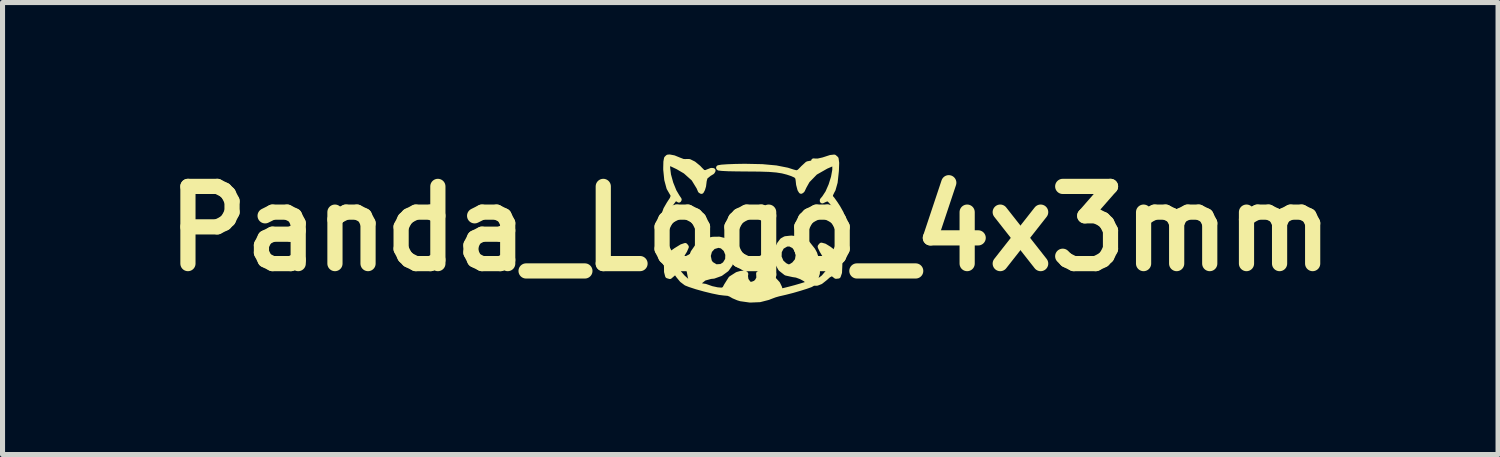
<source format=kicad_pcb>
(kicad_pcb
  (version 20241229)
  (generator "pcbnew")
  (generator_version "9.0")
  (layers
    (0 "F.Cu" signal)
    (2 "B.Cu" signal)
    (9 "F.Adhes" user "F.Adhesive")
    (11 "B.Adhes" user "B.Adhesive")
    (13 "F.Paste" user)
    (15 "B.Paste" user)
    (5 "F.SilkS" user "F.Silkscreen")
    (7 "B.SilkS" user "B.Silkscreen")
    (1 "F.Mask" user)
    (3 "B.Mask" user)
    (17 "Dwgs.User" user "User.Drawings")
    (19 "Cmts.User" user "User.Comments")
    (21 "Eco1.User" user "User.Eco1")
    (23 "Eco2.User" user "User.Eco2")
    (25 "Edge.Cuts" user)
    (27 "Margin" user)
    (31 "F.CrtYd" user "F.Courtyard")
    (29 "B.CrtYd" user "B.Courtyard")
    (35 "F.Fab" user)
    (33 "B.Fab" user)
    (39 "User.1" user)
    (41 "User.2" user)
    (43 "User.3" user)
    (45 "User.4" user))
  (footprint "Panda_Logo_4x3mm"
    (layer "F.Cu")
    (at 11.764 1.465)
    (property "Reference" "Panda_Logo_4x3mm" (at 0 0 0) (layer "F.SilkS") (effects (font (size 1.524 1.524) (thickness 0.3))))
    (attr through_hole)
    (fp_poly (pts (xy 1.882 0.218) (xy 1.881 0.317) (xy 1.868 0.381) (xy 1.839 0.428) (xy 1.831 0.437) (xy 1.789 0.509) (xy 1.77 0.617) (xy 1.767 0.727) (xy 1.761 0.865) (xy 1.737 0.935) (xy 1.692 0.94) (xy 1.642 0.901) (xy 1.601 0.888) (xy 1.54 0.922) (xy 1.48 0.976) (xy 1.389 1.048) (xy 1.315 1.077) (xy 1.299 1.076) (xy 1.241 1.076) (xy 1.226 1.088) (xy 1.19 1.108) (xy 1.1 1.14) (xy 0.976 1.179) (xy 0.835 1.22) (xy 0.694 1.256) (xy 0.573 1.284) (xy 0.562 1.286) (xy 0.482 1.309) (xy 0.376 1.349) (xy 0.355 1.358) (xy 0.188 1.401) (xy -0.005 1.409) (xy -0.19 1.383) (xy -0.242 1.367) (xy -0.329 1.33) (xy -0.383 1.299) (xy -0.384 1.297) (xy -0.437 1.277) (xy -0.517 1.27) (xy -0.608 1.259) (xy -0.745 1.231) (xy -0.904 1.192) (xy -1.062 1.148) (xy -1.196 1.104) (xy -1.267 1.076) (xy -1.349 1.014) (xy -1.416 0.933) (xy -1.462 0.869) (xy -1.495 0.861) (xy -1.523 0.888) (xy -1.588 0.944) (xy -1.632 0.931) (xy -1.653 0.851) (xy -1.654 0.756) (xy -1.671 0.547) (xy -1.712 0.431) (xy -1.764 0.251) (xy -1.772 0.04) (xy -1.739 -0.179) (xy -1.667 -0.382) (xy -1.606 -0.488) (xy -1.542 -0.586) (xy -1.521 -0.647) (xy -1.536 -0.689) (xy -1.541 -0.694) (xy -1.605 -0.805) (xy -1.649 -0.968) (xy -1.669 -1.166) (xy -1.669 -1.203) (xy -1.666 -1.322) (xy -1.654 -1.386) (xy -1.627 -1.412) (xy -1.595 -1.415) (xy -1.51 -1.399) (xy -1.412 -1.359) (xy -1.329 -1.327) (xy -1.272 -1.323) (xy -1.27 -1.325) (xy -1.207 -1.326) (xy -1.118 -1.282) (xy -1.025 -1.206) (xy -0.993 -1.172) (xy -0.933 -1.112) (xy -0.88 -1.105) (xy -0.836 -1.124) (xy -0.769 -1.15) (xy -0.736 -1.147) (xy -0.75 -1.121) (xy -0.812 -1.084) (xy -0.891 -1.019) (xy -0.91 -0.947) (xy -0.923 -0.843) (xy -0.942 -0.78) (xy -0.965 -0.737) (xy -0.986 -0.75) (xy -1.014 -0.816) (xy -1.117 -0.984) (xy -1.13 -0.996) (xy -1.13 -1.208) (xy -1.161 -1.252) (xy -1.217 -1.298) (xy -1.245 -1.306) (xy -1.251 -1.289) (xy -1.213 -1.253) (xy -1.145 -1.206) (xy -1.13 -1.208) (xy -1.13 -0.996) (xy -1.281 -1.131) (xy -1.431 -1.219) (xy -1.532 -1.267) (xy -1.602 -1.299) (xy -1.622 -1.306) (xy -1.63 -1.275) (xy -1.633 -1.204) (xy -1.615 -1.061) (xy -1.569 -0.894) (xy -1.505 -0.736) (xy -1.443 -0.631) (xy -1.405 -0.575) (xy -1.41 -0.565) (xy -1.423 -0.574) (xy -1.464 -0.596) (xy -1.503 -0.577) (xy -1.555 -0.508) (xy -1.577 -0.473) (xy -1.666 -0.287) (xy -1.72 -0.076) (xy -1.737 0.136) (xy -1.713 0.326) (xy -1.683 0.412) (xy -1.623 0.536) (xy -1.469 0.427) (xy -1.354 0.356) (xy -1.285 0.333) (xy -1.264 0.36) (xy -1.296 0.434) (xy -1.32 0.472) (xy -1.383 0.585) (xy -1.425 0.702) (xy -1.429 0.72) (xy -1.435 0.804) (xy -1.409 0.873) (xy -1.338 0.955) (xy -1.328 0.965) (xy -1.229 1.054) (xy -1.171 1.085) (xy -1.153 1.057) (xy -1.178 0.971) (xy -1.183 0.958) (xy -1.212 0.807) (xy -1.191 0.636) (xy -1.129 0.47) (xy -1.034 0.334) (xy -0.973 0.283) (xy -0.865 0.236) (xy -0.737 0.21) (xy -0.613 0.208) (xy -0.52 0.231) (xy -0.495 0.25) (xy -0.429 0.36) (xy -0.389 0.5) (xy -0.382 0.635) (xy -0.395 0.698) (xy -0.443 0.767) (xy -0.443 0.508) (xy -0.482 0.411) (xy -0.556 0.344) (xy -0.629 0.327) (xy -0.732 0.357) (xy -0.803 0.434) (xy -0.831 0.537) (xy -0.809 0.645) (xy -0.775 0.696) (xy -0.679 0.754) (xy -0.573 0.747) (xy -0.502 0.702) (xy -0.447 0.612) (xy -0.443 0.508) (xy -0.443 0.767) (xy -0.468 0.802) (xy -0.586 0.888) (xy -0.722 0.937) (xy -0.783 0.943) (xy -0.91 0.978) (xy -0.98 1.034) (xy -1.065 1.125) (xy -0.984 1.125) (xy -0.889 1.139) (xy -0.841 1.156) (xy -0.765 1.183) (xy -0.659 1.206) (xy -0.647 1.208) (xy -0.556 1.215) (xy -0.507 1.191) (xy -0.472 1.125) (xy -0.384 0.985) (xy -0.257 0.904) (xy -0.19 0.885) (xy -0.114 0.875) (xy -0.09 0.895) (xy -0.096 0.933) (xy -0.085 1.013) (xy -0.057 1.05) (xy -0.012 1.122) (xy 0 1.186) (xy -0.011 1.25) (xy -0.056 1.258) (xy -0.082 1.252) (xy -0.137 1.24) (xy -0.128 1.258) (xy -0.101 1.28) (xy -0.015 1.318) (xy 0.044 1.321) (xy 0.121 1.313) (xy 0.154 1.309) (xy 0.18 1.278) (xy 0.181 1.266) (xy 0.155 1.242) (xy 0.127 1.247) (xy 0.086 1.238) (xy 0.072 1.187) (xy 0.084 1.118) (xy 0.122 1.057) (xy 0.13 1.05) (xy 0.169 0.979) (xy 0.168 0.933) (xy 0.165 0.887) (xy 0.2 0.875) (xy 0.265 0.885) (xy 0.361 0.925) (xy 0.46 0.999) (xy 0.54 1.086) (xy 0.579 1.167) (xy 0.581 1.18) (xy 0.595 1.227) (xy 0.608 1.232) (xy 0.668 1.22) (xy 0.769 1.195) (xy 0.889 1.163) (xy 1.006 1.129) (xy 1.098 1.1) (xy 1.143 1.082) (xy 1.144 1.081) (xy 1.14 1.045) (xy 1.088 0.997) (xy 1.005 0.951) (xy 0.946 0.929) (xy 0.946 0.524) (xy 0.923 0.424) (xy 0.865 0.343) (xy 0.781 0.301) (xy 0.714 0.304) (xy 0.621 0.358) (xy 0.572 0.45) (xy 0.568 0.558) (xy 0.611 0.66) (xy 0.681 0.723) (xy 0.744 0.755) (xy 0.792 0.75) (xy 0.861 0.707) (xy 0.863 0.706) (xy 0.929 0.625) (xy 0.946 0.524) (xy 0.946 0.929) (xy 0.913 0.917) (xy 0.845 0.907) (xy 0.706 0.876) (xy 0.599 0.792) (xy 0.532 0.67) (xy 0.511 0.526) (xy 0.542 0.374) (xy 0.577 0.304) (xy 0.63 0.233) (xy 0.691 0.199) (xy 0.791 0.188) (xy 0.818 0.187) (xy 0.99 0.209) (xy 1.125 0.285) (xy 1.235 0.424) (xy 1.271 0.491) (xy 1.33 0.686) (xy 1.324 0.881) (xy 1.29 0.989) (xy 1.281 1.042) (xy 1.317 1.046) (xy 1.393 1.002) (xy 1.449 0.958) (xy 1.534 0.857) (xy 1.557 0.745) (xy 1.517 0.61) (xy 1.471 0.526) (xy 1.417 0.435) (xy 1.385 0.369) (xy 1.38 0.354) (xy 1.403 0.326) (xy 1.466 0.343) (xy 1.557 0.399) (xy 1.597 0.43) (xy 1.721 0.534) (xy 1.79 0.446) (xy 1.825 0.393) (xy 1.842 0.33) (xy 1.846 0.239) (xy 1.837 0.099) (xy 1.834 0.065) (xy 1.816 -0.097) (xy 1.788 -0.216) (xy 1.743 -0.319) (xy 1.68 -0.421) (xy 1.608 -0.525) (xy 1.558 -0.578) (xy 1.517 -0.59) (xy 1.474 -0.574) (xy 1.422 -0.549) (xy 1.423 -0.562) (xy 1.462 -0.608) (xy 1.53 -0.712) (xy 1.594 -0.858) (xy 1.643 -1.015) (xy 1.668 -1.153) (xy 1.669 -1.178) (xy 1.669 -1.304) (xy 1.497 -1.23) (xy 1.283 -1.108) (xy 1.128 -0.949) (xy 1.064 -0.835) (xy 1.027 -0.757) (xy 1.003 -0.739) (xy 0.981 -0.774) (xy 0.979 -0.78) (xy 0.954 -0.874) (xy 0.946 -0.951) (xy 0.937 -1.009) (xy 0.902 -1.05) (xy 0.825 -1.085) (xy 0.735 -1.115) (xy 0.634 -1.141) (xy 0.517 -1.159) (xy 0.37 -1.171) (xy 0.18 -1.177) (xy -0.068 -1.179) (xy -0.08 -1.179) (xy -0.275 -1.181) (xy -0.437 -1.184) (xy -0.555 -1.19) (xy -0.619 -1.197) (xy -0.625 -1.204) (xy -0.566 -1.214) (xy -0.451 -1.222) (xy -0.295 -1.228) (xy -0.116 -1.231) (xy -0.102 -1.231) (xy 0.235 -1.224) (xy 0.509 -1.199) (xy 0.731 -1.155) (xy 0.843 -1.119) (xy 0.912 -1.101) (xy 0.965 -1.12) (xy 1.03 -1.186) (xy 1.039 -1.196) (xy 1.13 -1.28) (xy 1.203 -1.294) (xy 1.249 -1.294) (xy 1.247 -1.314) (xy 1.251 -1.338) (xy 1.274 -1.335) (xy 1.338 -1.335) (xy 1.436 -1.357) (xy 1.465 -1.366) (xy 1.584 -1.405) (xy 1.657 -1.413) (xy 1.694 -1.381) (xy 1.705 -1.298) (xy 1.7 -1.154) (xy 1.698 -1.128) (xy 1.675 -0.917) (xy 1.635 -0.774) (xy 1.617 -0.742) (xy 1.582 -0.669) (xy 1.583 -0.623) (xy 1.585 -0.621) (xy 1.62 -0.58) (xy 1.679 -0.497) (xy 1.731 -0.417) (xy 1.794 -0.305) (xy 1.833 -0.194) (xy 1.858 -0.057) (xy 1.871 0.064) (xy 1.882 0.218)) (stroke (width 0.1) (type solid)) (fill yes) (layer "F.SilkS")))
  (gr_rect
    (start -3 -3)
    (end 26.528 5.925)
    (stroke (width 0.1) (type default))
    (fill no)
    (layer "Edge.Cuts")))
</source>
